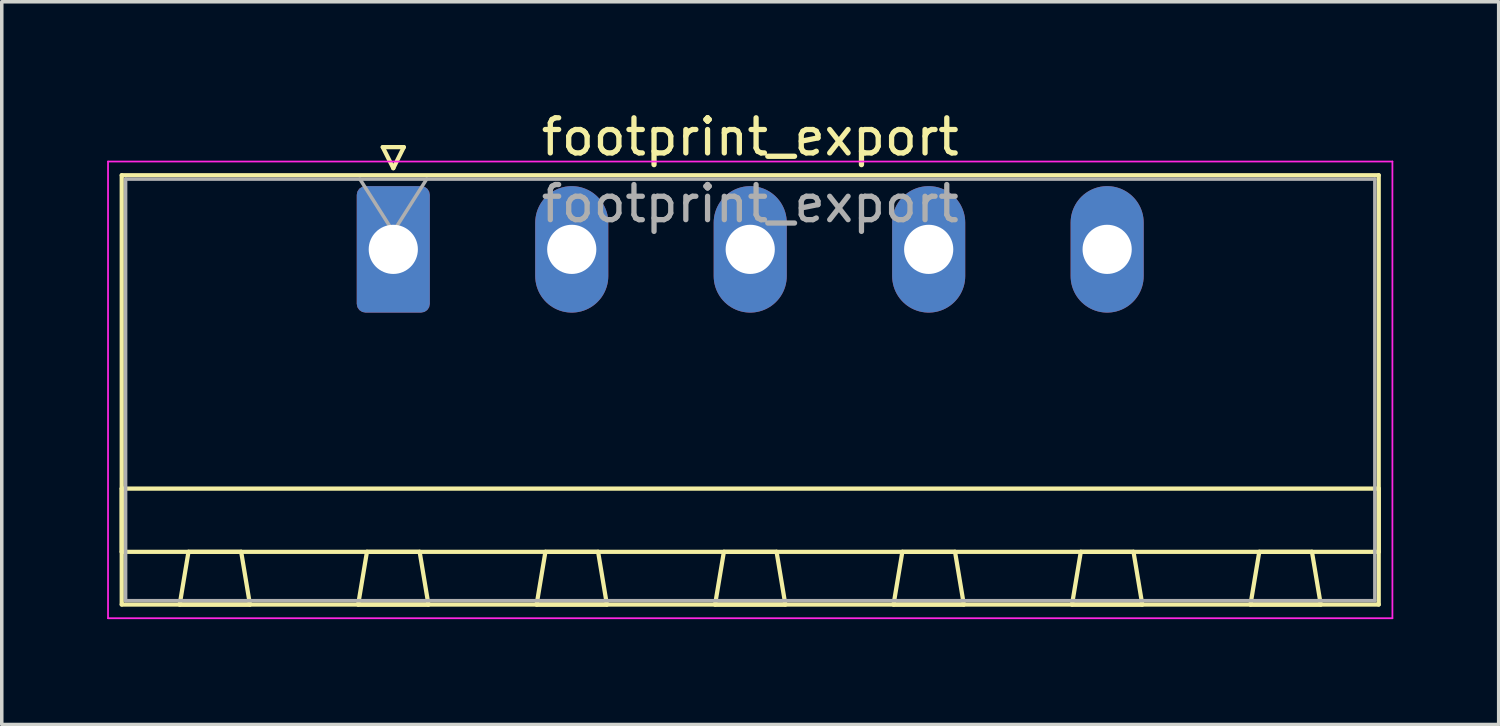
<source format=kicad_pcb>
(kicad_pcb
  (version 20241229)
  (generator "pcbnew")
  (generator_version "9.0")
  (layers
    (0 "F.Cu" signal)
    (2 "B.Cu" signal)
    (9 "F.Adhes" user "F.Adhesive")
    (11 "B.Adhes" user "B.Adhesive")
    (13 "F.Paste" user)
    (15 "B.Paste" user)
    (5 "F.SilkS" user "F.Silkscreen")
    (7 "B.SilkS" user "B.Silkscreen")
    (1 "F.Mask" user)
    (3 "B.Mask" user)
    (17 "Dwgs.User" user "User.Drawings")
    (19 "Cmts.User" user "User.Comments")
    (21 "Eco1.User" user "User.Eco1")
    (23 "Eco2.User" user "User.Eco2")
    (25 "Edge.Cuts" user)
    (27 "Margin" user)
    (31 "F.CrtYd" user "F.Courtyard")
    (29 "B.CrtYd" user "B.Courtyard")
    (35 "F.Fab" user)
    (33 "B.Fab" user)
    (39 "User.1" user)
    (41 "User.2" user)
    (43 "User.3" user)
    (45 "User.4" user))
  (footprint "footprint_export"
    (layer "F.Cu")
    (at 8.145 4.048)
    (property "Reference" "footprint_export" (at 10.16 -3.2 0) (layer "F.SilkS") (effects (font (size 1 1) (thickness 0.15))))
    (attr through_hole)
    (fp_line (start -7.73 -2.11) (end -7.73 10.11) (stroke (width 0.12) (type solid)) (layer "F.SilkS"))
    (fp_line (start -7.73 6.81) (end 28.05 6.81) (stroke (width 0.12) (type solid)) (layer "F.SilkS"))
    (fp_line (start -7.73 8.61) (end -7.73 6.81) (stroke (width 0.12) (type solid)) (layer "F.SilkS"))
    (fp_line (start -7.73 10.11) (end 28.05 10.11) (stroke (width 0.12) (type solid)) (layer "F.SilkS"))
    (fp_line (start -6.08 10.11) (end -4.08 10.11) (stroke (width 0.12) (type solid)) (layer "F.SilkS"))
    (fp_line (start -5.83 8.61) (end -6.08 10.11) (stroke (width 0.12) (type solid)) (layer "F.SilkS"))
    (fp_line (start -4.33 8.61) (end -5.83 8.61) (stroke (width 0.12) (type solid)) (layer "F.SilkS"))
    (fp_line (start -4.08 10.11) (end -4.33 8.61) (stroke (width 0.12) (type solid)) (layer "F.SilkS"))
    (fp_line (start -1 10.11) (end 1 10.11) (stroke (width 0.12) (type solid)) (layer "F.SilkS"))
    (fp_line (start -0.75 8.61) (end -1 10.11) (stroke (width 0.12) (type solid)) (layer "F.SilkS"))
    (fp_line (start -0.3 -2.91) (end 0.3 -2.91) (stroke (width 0.12) (type solid)) (layer "F.SilkS"))
    (fp_line (start 0 -2.31) (end -0.3 -2.91) (stroke (width 0.12) (type solid)) (layer "F.SilkS"))
    (fp_line (start 0.3 -2.91) (end 0 -2.31) (stroke (width 0.12) (type solid)) (layer "F.SilkS"))
    (fp_line (start 0.75 8.61) (end -0.75 8.61) (stroke (width 0.12) (type solid)) (layer "F.SilkS"))
    (fp_line (start 1 10.11) (end 0.75 8.61) (stroke (width 0.12) (type solid)) (layer "F.SilkS"))
    (fp_line (start 4.08 10.11) (end 6.08 10.11) (stroke (width 0.12) (type solid)) (layer "F.SilkS"))
    (fp_line (start 4.33 8.61) (end 4.08 10.11) (stroke (width 0.12) (type solid)) (layer "F.SilkS"))
    (fp_line (start 5.83 8.61) (end 4.33 8.61) (stroke (width 0.12) (type solid)) (layer "F.SilkS"))
    (fp_line (start 6.08 10.11) (end 5.83 8.61) (stroke (width 0.12) (type solid)) (layer "F.SilkS"))
    (fp_line (start 9.16 10.11) (end 11.16 10.11) (stroke (width 0.12) (type solid)) (layer "F.SilkS"))
    (fp_line (start 9.41 8.61) (end 9.16 10.11) (stroke (width 0.12) (type solid)) (layer "F.SilkS"))
    (fp_line (start 10.91 8.61) (end 9.41 8.61) (stroke (width 0.12) (type solid)) (layer "F.SilkS"))
    (fp_line (start 11.16 10.11) (end 10.91 8.61) (stroke (width 0.12) (type solid)) (layer "F.SilkS"))
    (fp_line (start 14.24 10.11) (end 16.24 10.11) (stroke (width 0.12) (type solid)) (layer "F.SilkS"))
    (fp_line (start 14.49 8.61) (end 14.24 10.11) (stroke (width 0.12) (type solid)) (layer "F.SilkS"))
    (fp_line (start 15.99 8.61) (end 14.49 8.61) (stroke (width 0.12) (type solid)) (layer "F.SilkS"))
    (fp_line (start 16.24 10.11) (end 15.99 8.61) (stroke (width 0.12) (type solid)) (layer "F.SilkS"))
    (fp_line (start 19.32 10.11) (end 21.32 10.11) (stroke (width 0.12) (type solid)) (layer "F.SilkS"))
    (fp_line (start 19.57 8.61) (end 19.32 10.11) (stroke (width 0.12) (type solid)) (layer "F.SilkS"))
    (fp_line (start 21.07 8.61) (end 19.57 8.61) (stroke (width 0.12) (type solid)) (layer "F.SilkS"))
    (fp_line (start 21.32 10.11) (end 21.07 8.61) (stroke (width 0.12) (type solid)) (layer "F.SilkS"))
    (fp_line (start 24.4 10.11) (end 26.4 10.11) (stroke (width 0.12) (type solid)) (layer "F.SilkS"))
    (fp_line (start 24.65 8.61) (end 24.4 10.11) (stroke (width 0.12) (type solid)) (layer "F.SilkS"))
    (fp_line (start 26.15 8.61) (end 24.65 8.61) (stroke (width 0.12) (type solid)) (layer "F.SilkS"))
    (fp_line (start 26.4 10.11) (end 26.15 8.61) (stroke (width 0.12) (type solid)) (layer "F.SilkS"))
    (fp_line (start 28.05 -2.11) (end -7.73 -2.11) (stroke (width 0.12) (type solid)) (layer "F.SilkS"))
    (fp_line (start 28.05 6.81) (end 28.05 8.61) (stroke (width 0.12) (type solid)) (layer "F.SilkS"))
    (fp_line (start 28.05 8.61) (end -7.73 8.61) (stroke (width 0.12) (type solid)) (layer "F.SilkS"))
    (fp_line (start 28.05 10.11) (end 28.05 -2.11) (stroke (width 0.12) (type solid)) (layer "F.SilkS"))
    (fp_line (start -8.12 -2.5) (end -8.12 10.5) (stroke (width 0.05) (type solid)) (layer "F.CrtYd"))
    (fp_line (start -8.12 10.5) (end 28.44 10.5) (stroke (width 0.05) (type solid)) (layer "F.CrtYd"))
    (fp_line (start 28.44 -2.5) (end -8.12 -2.5) (stroke (width 0.05) (type solid)) (layer "F.CrtYd"))
    (fp_line (start 28.44 10.5) (end 28.44 -2.5) (stroke (width 0.05) (type solid)) (layer "F.CrtYd"))
    (fp_line (start -7.62 -2) (end -7.62 10) (stroke (width 0.1) (type solid)) (layer "F.Fab"))
    (fp_line (start -7.62 10) (end 27.94 10) (stroke (width 0.1) (type solid)) (layer "F.Fab"))
    (fp_line (start 0 -0.5) (end -0.95 -2) (stroke (width 0.1) (type solid)) (layer "F.Fab"))
    (fp_line (start 0.95 -2) (end 0 -0.5) (stroke (width 0.1) (type solid)) (layer "F.Fab"))
    (fp_line (start 27.94 -2) (end -7.62 -2) (stroke (width 0.1) (type solid)) (layer "F.Fab"))
    (fp_line (start 27.94 10) (end 27.94 -2) (stroke (width 0.1) (type solid)) (layer "F.Fab"))
    (fp_text user "${REFERENCE}" (at 10.16 -1.3 0) (layer "F.Fab") (effects (font (size 1 1) (thickness 0.15))))
    (pad "1" thru_hole roundrect (at 0 0) (size 2.08 3.6) (drill 1.4) (layers "*.Cu" "*.Mask") (roundrect_rratio 0.12))
    (pad "2" thru_hole oval (at 5.08 0) (size 2.08 3.6) (drill 1.4) (layers "*.Cu" "*.Mask"))
    (pad "3" thru_hole oval (at 10.16 0) (size 2.08 3.6) (drill 1.4) (layers "*.Cu" "*.Mask"))
    (pad "4" thru_hole oval (at 15.24 0) (size 2.08 3.6) (drill 1.4) (layers "*.Cu" "*.Mask"))
    (pad "5" thru_hole oval (at 20.32 0) (size 2.08 3.6) (drill 1.4) (layers "*.Cu" "*.Mask")))
  (gr_rect
    (start -3 -3)
    (end 39.61 17.573)
    (stroke (width 0.1) (type default))
    (fill no)
    (layer "Edge.Cuts")))
</source>
